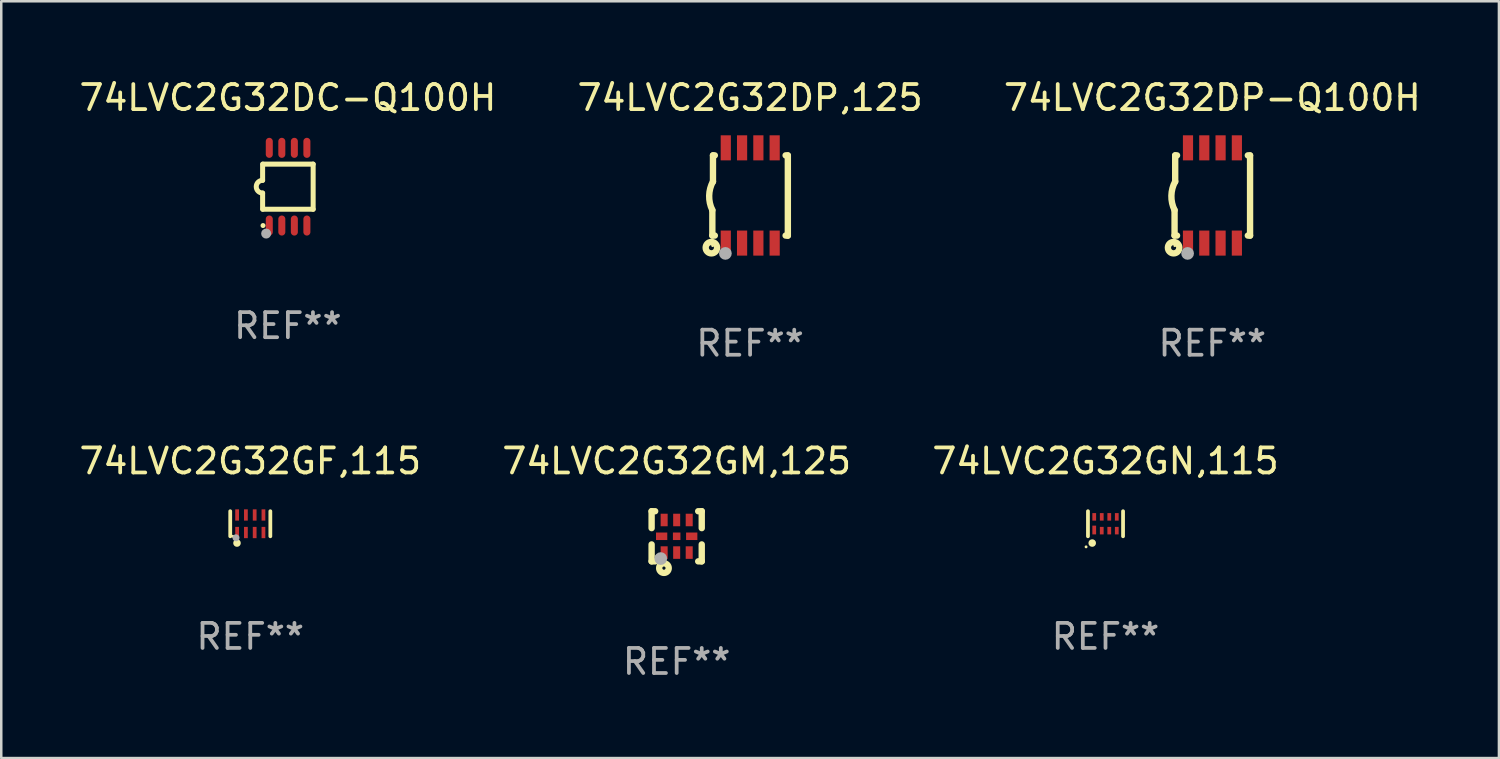
<source format=kicad_pcb>
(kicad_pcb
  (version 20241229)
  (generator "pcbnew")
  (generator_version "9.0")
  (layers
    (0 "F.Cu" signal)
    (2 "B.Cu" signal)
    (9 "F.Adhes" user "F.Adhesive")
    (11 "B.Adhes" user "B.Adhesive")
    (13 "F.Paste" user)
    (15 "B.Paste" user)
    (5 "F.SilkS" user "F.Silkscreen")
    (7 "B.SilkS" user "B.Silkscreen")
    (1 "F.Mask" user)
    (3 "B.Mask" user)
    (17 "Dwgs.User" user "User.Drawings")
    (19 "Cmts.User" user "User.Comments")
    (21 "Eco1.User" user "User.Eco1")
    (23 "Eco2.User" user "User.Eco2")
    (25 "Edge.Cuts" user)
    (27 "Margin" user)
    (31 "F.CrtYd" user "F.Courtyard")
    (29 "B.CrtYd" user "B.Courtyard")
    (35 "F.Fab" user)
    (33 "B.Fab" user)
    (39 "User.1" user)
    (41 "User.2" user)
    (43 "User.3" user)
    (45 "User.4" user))
  (footprint "74LVC2G32GN,115"
    (layer "F.Cu")
    (at 41.054 17.845)
    (property "Reference" "74LVC2G32GN,115" (at 0 -2.5 0) (layer "F.SilkS") (effects (font (size 1 1) (thickness 0.15))))
    (attr through_hole)
    (fp_line (start -0.7 -0.5) (end -0.7 0.5) (stroke (width 0.15) (type solid)) (layer "F.SilkS"))
    (fp_line (start 0.7 -0.5) (end 0.7 0.5) (stroke (width 0.15) (type solid)) (layer "F.SilkS"))
    (fp_circle (center -0.775 0.922) (end -0.745 0.922) (stroke (width 0.06) (type solid)) (fill no) (layer "F.SilkS"))
    (fp_circle (center -0.53 0.77) (end -0.454 0.77) (stroke (width 0.15) (type solid)) (fill no) (layer "F.SilkS"))
    (fp_text user "REF**" (at 0 4.5 0) (layer "F.Fab") (effects (font (size 1 1) (thickness 0.15))))
    (pad "1" smd rect (at -0.45 0.25) (size 0.15 0.35) (layers "F.Cu" "F.Mask" "F.Paste"))
    (pad "2" smd rect (at -0.15 0.275) (size 0.15 0.3) (layers "F.Cu" "F.Mask" "F.Paste"))
    (pad "3" smd rect (at 0.15 0.275) (size 0.15 0.3) (layers "F.Cu" "F.Mask" "F.Paste"))
    (pad "4" smd rect (at 0.45 0.275) (size 0.15 0.3) (layers "F.Cu" "F.Mask" "F.Paste"))
    (pad "5" smd rect (at 0.45 -0.275) (size 0.15 0.3) (layers "F.Cu" "F.Mask" "F.Paste"))
    (pad "6" smd rect (at 0.15 -0.275) (size 0.15 0.3) (layers "F.Cu" "F.Mask" "F.Paste"))
    (pad "7" smd rect (at -0.15 -0.275) (size 0.15 0.3) (layers "F.Cu" "F.Mask" "F.Paste"))
    (pad "8" smd rect (at -0.45 -0.275) (size 0.15 0.3) (layers "F.Cu" "F.Mask" "F.Paste")))
  (footprint "74LVC2G32GM,125"
    (layer "F.Cu")
    (at 23.946 18.345)
    (property "Reference" "74LVC2G32GM,125" (at 0 -3 0) (layer "F.SilkS") (effects (font (size 1 1) (thickness 0.15))))
    (attr through_hole)
    (fp_line (start -1 -1) (end -0.858 -1) (stroke (width 0.254) (type solid)) (layer "F.SilkS"))
    (fp_line (start -1 -0.325) (end -1 -1) (stroke (width 0.254) (type solid)) (layer "F.SilkS"))
    (fp_line (start -1 1) (end -1 0.325) (stroke (width 0.254) (type solid)) (layer "F.SilkS"))
    (fp_line (start -0.858 1) (end -1 1) (stroke (width 0.254) (type solid)) (layer "F.SilkS"))
    (fp_line (start 0.858 -1) (end 1 -1) (stroke (width 0.254) (type solid)) (layer "F.SilkS"))
    (fp_line (start 1 -1) (end 1 -0.325) (stroke (width 0.254) (type solid)) (layer "F.SilkS"))
    (fp_line (start 1 0.325) (end 1 1) (stroke (width 0.254) (type solid)) (layer "F.SilkS"))
    (fp_line (start 1 1) (end 0.858 1) (stroke (width 0.254) (type solid)) (layer "F.SilkS"))
    (fp_circle (center -0.8 0.8) (end -0.77 0.8) (stroke (width 0.06) (type solid)) (fill no) (layer "F.SilkS"))
    (fp_circle (center -0.508 1.27) (end -0.444 1.27) (stroke (width 0.254) (type solid)) (fill no) (layer "F.SilkS"))
    (fp_circle (center -0.635 0.889) (end -0.508 0.889) (stroke (width 0.254) (type solid)) (fill no) (layer "F.Fab"))
    (fp_text user "REF**" (at 0 5 0) (layer "F.Fab") (effects (font (size 1 1) (thickness 0.15))))
    (pad "1" smd rect (at -0.5 0.65 90) (size 0.5 0.28) (layers "F.Cu" "F.Mask" "F.Paste"))
    (pad "2" smd rect (at 0.000013 0.65 90) (size 0.5 0.28) (layers "F.Cu" "F.Mask" "F.Paste"))
    (pad "3" smd rect (at 0.5 0.65 90) (size 0.5 0.28) (layers "F.Cu" "F.Mask" "F.Paste"))
    (pad "4" smd rect (at 0.6 0.000076 180) (size 0.45 0.3) (layers "F.Cu" "F.Mask" "F.Paste"))
    (pad "5" smd rect (at 0.5 -0.65 90) (size 0.5 0.28) (layers "F.Cu" "F.Mask" "F.Paste"))
    (pad "6" smd rect (at 0.000013 -0.65 90) (size 0.5 0.28) (layers "F.Cu" "F.Mask" "F.Paste"))
    (pad "7" smd rect (at -0.5 -0.65 90) (size 0.5 0.28) (layers "F.Cu" "F.Mask" "F.Paste"))
    (pad "8" smd rect (at -0.6 0.000076 180) (size 0.45 0.3) (layers "F.Cu" "F.Mask" "F.Paste"))
    (pad "9" smd rect (at 0.000013 0.000076 180) (size 0.3 0.3) (layers "F.Cu" "F.Mask" "F.Paste")))
  (footprint "74LVC2G32DP,125"
    (layer "F.Cu")
    (at 26.875 4.748)
    (property "Reference" "74LVC2G32DP,125" (at 0 -3.9 0) (layer "F.SilkS") (effects (font (size 1 1) (thickness 0.15))))
    (attr through_hole)
    (fp_line (start -1.506 1.6) (end -1.506 0.584) (stroke (width 0.254) (type solid)) (layer "F.SilkS"))
    (fp_line (start -1.506 1.6) (end -1.407 1.6) (stroke (width 0.254) (type solid)) (layer "F.SilkS"))
    (fp_line (start -1.481 -1.599) (end -1.481 -0.549) (stroke (width 0.254) (type solid)) (layer "F.SilkS"))
    (fp_line (start -1.481 -1.599) (end -1.407 -1.599) (stroke (width 0.254) (type solid)) (layer "F.SilkS"))
    (fp_line (start 1.417 -1.599) (end 1.506 -1.599) (stroke (width 0.254) (type solid)) (layer "F.SilkS"))
    (fp_line (start 1.417 1.6) (end 1.506 1.6) (stroke (width 0.254) (type solid)) (layer "F.SilkS"))
    (fp_line (start 1.506 1.603) (end 1.506 -1.595) (stroke (width 0.254) (type solid)) (layer "F.SilkS"))
    (fp_arc (start -1.506223 0.584328) (mid -1.632455 0.00974) (end -1.480823 -0.558674) (stroke (width 0.254001) (type solid)) (layer "F.SilkS"))
    (fp_circle (center -1.544 2.083) (end -1.443 2.083) (stroke (width 0.254) (type solid)) (fill no) (layer "F.SilkS"))
    (fp_circle (center -1.495 2) (end -1.465 2) (stroke (width 0.06) (type solid)) (fill no) (layer "F.SilkS"))
    (fp_circle (center -0.986 2.312) (end -0.859 2.312) (stroke (width 0.254) (type solid)) (fill no) (layer "F.Fab"))
    (fp_text user "REF**" (at 0 5.9 0) (layer "F.Fab") (effects (font (size 1 1) (thickness 0.15))))
    (pad "1" smd rect (at -0.97 1.9 90) (size 1 0.406) (layers "F.Cu" "F.Mask" "F.Paste"))
    (pad "2" smd rect (at -0.32 1.9 90) (size 1 0.406) (layers "F.Cu" "F.Mask" "F.Paste"))
    (pad "3" smd rect (at 0.33 1.9 90) (size 1 0.406) (layers "F.Cu" "F.Mask" "F.Paste"))
    (pad "4" smd rect (at 0.98 1.9 90) (size 1 0.406) (layers "F.Cu" "F.Mask" "F.Paste"))
    (pad "5" smd rect (at 0.98 -1.9 90) (size 1 0.406) (layers "F.Cu" "F.Mask" "F.Paste"))
    (pad "6" smd rect (at 0.33 -1.9 90) (size 1 0.406) (layers "F.Cu" "F.Mask" "F.Paste"))
    (pad "7" smd rect (at -0.32 -1.9 90) (size 1 0.406) (layers "F.Cu" "F.Mask" "F.Paste"))
    (pad "8" smd rect (at -0.97 -1.9 90) (size 1 0.406) (layers "F.Cu" "F.Mask" "F.Paste")))
  (footprint "74LVC2G32DP-Q100H"
    (layer "F.Cu")
    (at 45.315 4.748)
    (property "Reference" "74LVC2G32DP-Q100H" (at 0 -3.9 0) (layer "F.SilkS") (effects (font (size 1 1) (thickness 0.15))))
    (attr through_hole)
    (fp_line (start -1.506 1.6) (end -1.506 0.584) (stroke (width 0.254) (type solid)) (layer "F.SilkS"))
    (fp_line (start -1.506 1.6) (end -1.407 1.6) (stroke (width 0.254) (type solid)) (layer "F.SilkS"))
    (fp_line (start -1.481 -1.599) (end -1.481 -0.549) (stroke (width 0.254) (type solid)) (layer "F.SilkS"))
    (fp_line (start -1.481 -1.599) (end -1.407 -1.599) (stroke (width 0.254) (type solid)) (layer "F.SilkS"))
    (fp_line (start 1.417 -1.599) (end 1.506 -1.599) (stroke (width 0.254) (type solid)) (layer "F.SilkS"))
    (fp_line (start 1.417 1.6) (end 1.506 1.6) (stroke (width 0.254) (type solid)) (layer "F.SilkS"))
    (fp_line (start 1.506 1.603) (end 1.506 -1.595) (stroke (width 0.254) (type solid)) (layer "F.SilkS"))
    (fp_arc (start -1.506223 0.584328) (mid -1.632455 0.00974) (end -1.480823 -0.558674) (stroke (width 0.254001) (type solid)) (layer "F.SilkS"))
    (fp_circle (center -1.544 2.083) (end -1.443 2.083) (stroke (width 0.254) (type solid)) (fill no) (layer "F.SilkS"))
    (fp_circle (center -1.495 2) (end -1.465 2) (stroke (width 0.06) (type solid)) (fill no) (layer "F.SilkS"))
    (fp_circle (center -0.986 2.312) (end -0.859 2.312) (stroke (width 0.254) (type solid)) (fill no) (layer "F.Fab"))
    (fp_text user "REF**" (at 0 5.9 0) (layer "F.Fab") (effects (font (size 1 1) (thickness 0.15))))
    (pad "1" smd rect (at -0.97 1.9 90) (size 1 0.406) (layers "F.Cu" "F.Mask" "F.Paste"))
    (pad "2" smd rect (at -0.32 1.9 90) (size 1 0.406) (layers "F.Cu" "F.Mask" "F.Paste"))
    (pad "3" smd rect (at 0.33 1.9 90) (size 1 0.406) (layers "F.Cu" "F.Mask" "F.Paste"))
    (pad "4" smd rect (at 0.98 1.9 90) (size 1 0.406) (layers "F.Cu" "F.Mask" "F.Paste"))
    (pad "5" smd rect (at 0.98 -1.9 90) (size 1 0.406) (layers "F.Cu" "F.Mask" "F.Paste"))
    (pad "6" smd rect (at 0.33 -1.9 90) (size 1 0.406) (layers "F.Cu" "F.Mask" "F.Paste"))
    (pad "7" smd rect (at -0.32 -1.9 90) (size 1 0.406) (layers "F.Cu" "F.Mask" "F.Paste"))
    (pad "8" smd rect (at -0.97 -1.9 90) (size 1 0.406) (layers "F.Cu" "F.Mask" "F.Paste")))
  (footprint "74LVC2G32GF,115"
    (layer "F.Cu")
    (at 6.935 17.845)
    (property "Reference" "74LVC2G32GF,115" (at 0 -2.5 0) (layer "F.SilkS") (effects (font (size 1 1) (thickness 0.15))))
    (attr through_hole)
    (fp_line (start -0.8 -0.5) (end -0.8 0.5) (stroke (width 0.15) (type solid)) (layer "F.SilkS"))
    (fp_line (start 0.8 -0.5) (end 0.8 0.5) (stroke (width 0.15) (type solid)) (layer "F.SilkS"))
    (fp_circle (center -0.7 0.5) (end -0.67 0.5) (stroke (width 0.06) (type solid)) (fill no) (layer "F.SilkS"))
    (fp_circle (center -0.53 0.77) (end -0.454 0.77) (stroke (width 0.15) (type solid)) (fill no) (layer "F.SilkS"))
    (fp_circle (center -0.57 0.56) (end -0.5 0.56) (stroke (width 0.14) (type solid)) (fill no) (layer "F.Fab"))
    (fp_text user "REF**" (at 0 4.5 0) (layer "F.Fab") (effects (font (size 1 1) (thickness 0.15))))
    (pad "1" smd rect (at -0.525 0.35) (size 0.15 0.45) (layers "F.Cu" "F.Mask" "F.Paste"))
    (pad "2" smd rect (at -0.175 0.35) (size 0.15 0.45) (layers "F.Cu" "F.Mask" "F.Paste"))
    (pad "3" smd rect (at 0.175 0.35) (size 0.15 0.45) (layers "F.Cu" "F.Mask" "F.Paste"))
    (pad "4" smd rect (at 0.525 0.35) (size 0.15 0.45) (layers "F.Cu" "F.Mask" "F.Paste"))
    (pad "5" smd rect (at 0.525 -0.35) (size 0.15 0.45) (layers "F.Cu" "F.Mask" "F.Paste"))
    (pad "6" smd rect (at 0.175 -0.35) (size 0.15 0.45) (layers "F.Cu" "F.Mask" "F.Paste"))
    (pad "7" smd rect (at -0.175 -0.35) (size 0.15 0.45) (layers "F.Cu" "F.Mask" "F.Paste"))
    (pad "8" smd rect (at -0.525 -0.35) (size 0.15 0.45) (layers "F.Cu" "F.Mask" "F.Paste")))
  (footprint "74LVC2G32DC-Q100H"
    (layer "F.Cu")
    (at 8.435 4.398)
    (property "Reference" "74LVC2G32DC-Q100H" (at 0 -3.55 0) (layer "F.SilkS") (effects (font (size 1 1) (thickness 0.15))))
    (attr through_hole)
    (fp_line (start -1.008 -0.254) (end -1.008 -0.9) (stroke (width 0.2) (type solid)) (layer "F.SilkS"))
    (fp_line (start -1.008 0.254) (end -1.008 0.9) (stroke (width 0.2) (type solid)) (layer "F.SilkS"))
    (fp_line (start -0.992 0.9) (end 1.008 0.9) (stroke (width 0.2) (type solid)) (layer "F.SilkS"))
    (fp_line (start 1.008 -0.9) (end -0.992 -0.9) (stroke (width 0.2) (type solid)) (layer "F.SilkS"))
    (fp_line (start 1.008 0.9) (end 1.008 -0.9) (stroke (width 0.2) (type solid)) (layer "F.SilkS"))
    (fp_arc (start -1.008001 0.254001) (mid -1.262002 0) (end -1.008001 -0.254001) (stroke (width 0.2) (type solid)) (layer "F.SilkS"))
    (fp_circle (center -0.992 1.55) (end -0.942 1.55) (stroke (width 0.1) (type solid)) (fill no) (layer "F.SilkS"))
    (fp_circle (center -0.866 1.87) (end -0.766 1.87) (stroke (width 0.2) (type solid)) (fill no) (layer "F.Fab"))
    (fp_text user "REF**" (at 0 5.55 0) (layer "F.Fab") (effects (font (size 1 1) (thickness 0.15))))
    (pad "1" smd oval (at -0.742 1.55 270) (size 0.8 0.28) (layers "F.Cu" "F.Mask" "F.Paste"))
    (pad "2" smd oval (at -0.242 1.55 270) (size 0.8 0.28) (layers "F.Cu" "F.Mask" "F.Paste"))
    (pad "3" smd oval (at 0.258 1.55 270) (size 0.8 0.28) (layers "F.Cu" "F.Mask" "F.Paste"))
    (pad "4" smd oval (at 0.758 1.55 270) (size 0.8 0.28) (layers "F.Cu" "F.Mask" "F.Paste"))
    (pad "5" smd oval (at 0.758 -1.55 270) (size 0.8 0.28) (layers "F.Cu" "F.Mask" "F.Paste"))
    (pad "6" smd oval (at 0.258 -1.55 270) (size 0.8 0.28) (layers "F.Cu" "F.Mask" "F.Paste"))
    (pad "7" smd oval (at -0.242 -1.55 270) (size 0.8 0.28) (layers "F.Cu" "F.Mask" "F.Paste"))
    (pad "8" smd oval (at -0.742 -1.55 270) (size 0.8 0.28) (layers "F.Cu" "F.Mask" "F.Paste")))
  (gr_rect
    (start -3 -3)
    (end 56.75 27.193)
    (stroke (width 0.1) (type default))
    (fill no)
    (layer "Edge.Cuts")))
</source>
